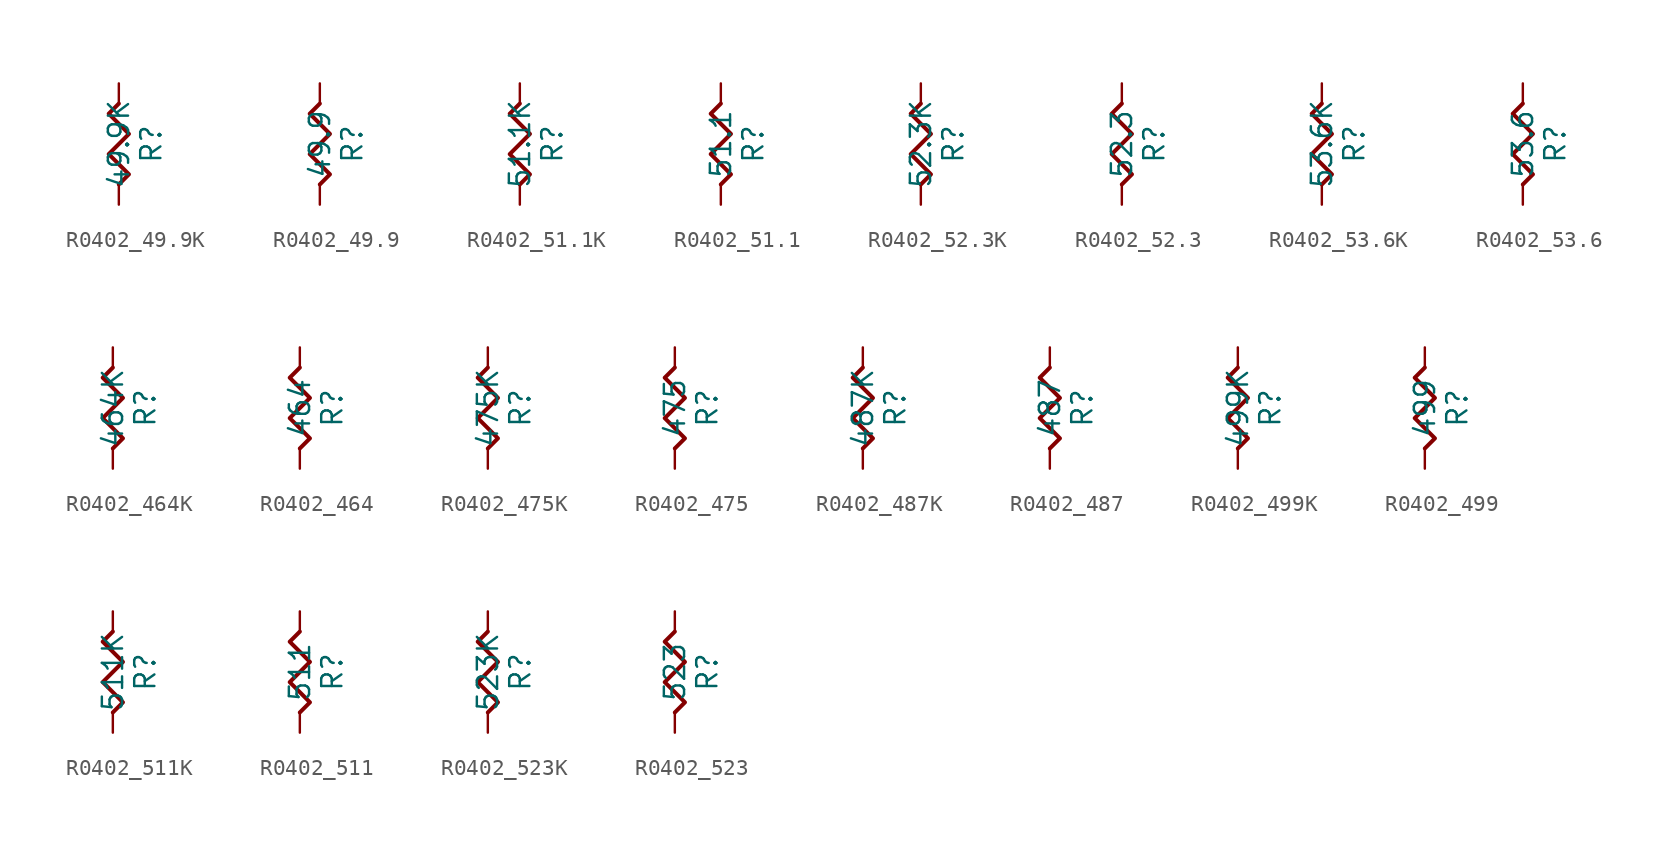
<source format=kicad_sym>
(kicad_symbol_lib
  (version 20211014)
  (generator atlantix-eda)
  (symbol "R0402_49.9K"
    (pin_numbers hide)
    (pin_names
      (offset 0))
    (property "Reference" "R"
      (at 2.032 0 90)
      (effects (font (size 1.27 1.27))))
    (property "Value" "49.9K"
      (at 0 0 90)
      (effects (font (size 1.27 1.27))))
    (symbol "R0402_49.9K_0_1"
      (polyline (pts (xy 0 -2.54) (xy 0.635 -1.905) (xy -0.635 -0.635) (xy 0.635 0.635) (xy -0.635 1.905) (xy 0 2.54)) (stroke (width 0.254) (type default) (color 0 0 0 0)) (fill (type none))))
    (symbol "R0402_49.9K_1_1"
      (pin passive line (at 0 3.81 270) (length 1.27) (name "~" (effects (font (size 1.27 1.27)))) (number "1" (effects (font (size 1.27 1.27)))))
      (pin passive line (at 0 -3.81 90) (length 1.27) (name "~" (effects (font (size 1.27 1.27)))) (number "2" (effects (font (size 1.27 1.27)))))))
  (symbol "R0402_49.9"
    (pin_numbers hide)
    (pin_names
      (offset 0))
    (property "Reference" "R"
      (at 2.032 0 90)
      (effects (font (size 1.27 1.27))))
    (property "Value" "49.9"
      (at 0 0 90)
      (effects (font (size 1.27 1.27))))
    (symbol "R0402_49.9_0_1"
      (polyline (pts (xy 0 -2.54) (xy 0.635 -1.905) (xy -0.635 -0.635) (xy 0.635 0.635) (xy -0.635 1.905) (xy 0 2.54)) (stroke (width 0.254) (type default) (color 0 0 0 0)) (fill (type none))))
    (symbol "R0402_49.9_1_1"
      (pin passive line (at 0 3.81 270) (length 1.27) (name "~" (effects (font (size 1.27 1.27)))) (number "1" (effects (font (size 1.27 1.27)))))
      (pin passive line (at 0 -3.81 90) (length 1.27) (name "~" (effects (font (size 1.27 1.27)))) (number "2" (effects (font (size 1.27 1.27)))))))
  (symbol "R0402_51.1K"
    (pin_numbers hide)
    (pin_names
      (offset 0))
    (property "Reference" "R"
      (at 2.032 0 90)
      (effects (font (size 1.27 1.27))))
    (property "Value" "51.1K"
      (at 0 0 90)
      (effects (font (size 1.27 1.27))))
    (symbol "R0402_51.1K_0_1"
      (polyline (pts (xy 0 -2.54) (xy 0.635 -1.905) (xy -0.635 -0.635) (xy 0.635 0.635) (xy -0.635 1.905) (xy 0 2.54)) (stroke (width 0.254) (type default) (color 0 0 0 0)) (fill (type none))))
    (symbol "R0402_51.1K_1_1"
      (pin passive line (at 0 3.81 270) (length 1.27) (name "~" (effects (font (size 1.27 1.27)))) (number "1" (effects (font (size 1.27 1.27)))))
      (pin passive line (at 0 -3.81 90) (length 1.27) (name "~" (effects (font (size 1.27 1.27)))) (number "2" (effects (font (size 1.27 1.27)))))))
  (symbol "R0402_51.1"
    (pin_numbers hide)
    (pin_names
      (offset 0))
    (property "Reference" "R"
      (at 2.032 0 90)
      (effects (font (size 1.27 1.27))))
    (property "Value" "51.1"
      (at 0 0 90)
      (effects (font (size 1.27 1.27))))
    (symbol "R0402_51.1_0_1"
      (polyline (pts (xy 0 -2.54) (xy 0.635 -1.905) (xy -0.635 -0.635) (xy 0.635 0.635) (xy -0.635 1.905) (xy 0 2.54)) (stroke (width 0.254) (type default) (color 0 0 0 0)) (fill (type none))))
    (symbol "R0402_51.1_1_1"
      (pin passive line (at 0 3.81 270) (length 1.27) (name "~" (effects (font (size 1.27 1.27)))) (number "1" (effects (font (size 1.27 1.27)))))
      (pin passive line (at 0 -3.81 90) (length 1.27) (name "~" (effects (font (size 1.27 1.27)))) (number "2" (effects (font (size 1.27 1.27)))))))
  (symbol "R0402_52.3K"
    (pin_numbers hide)
    (pin_names
      (offset 0))
    (property "Reference" "R"
      (at 2.032 0 90)
      (effects (font (size 1.27 1.27))))
    (property "Value" "52.3K"
      (at 0 0 90)
      (effects (font (size 1.27 1.27))))
    (symbol "R0402_52.3K_0_1"
      (polyline (pts (xy 0 -2.54) (xy 0.635 -1.905) (xy -0.635 -0.635) (xy 0.635 0.635) (xy -0.635 1.905) (xy 0 2.54)) (stroke (width 0.254) (type default) (color 0 0 0 0)) (fill (type none))))
    (symbol "R0402_52.3K_1_1"
      (pin passive line (at 0 3.81 270) (length 1.27) (name "~" (effects (font (size 1.27 1.27)))) (number "1" (effects (font (size 1.27 1.27)))))
      (pin passive line (at 0 -3.81 90) (length 1.27) (name "~" (effects (font (size 1.27 1.27)))) (number "2" (effects (font (size 1.27 1.27)))))))
  (symbol "R0402_52.3"
    (pin_numbers hide)
    (pin_names
      (offset 0))
    (property "Reference" "R"
      (at 2.032 0 90)
      (effects (font (size 1.27 1.27))))
    (property "Value" "52.3"
      (at 0 0 90)
      (effects (font (size 1.27 1.27))))
    (symbol "R0402_52.3_0_1"
      (polyline (pts (xy 0 -2.54) (xy 0.635 -1.905) (xy -0.635 -0.635) (xy 0.635 0.635) (xy -0.635 1.905) (xy 0 2.54)) (stroke (width 0.254) (type default) (color 0 0 0 0)) (fill (type none))))
    (symbol "R0402_52.3_1_1"
      (pin passive line (at 0 3.81 270) (length 1.27) (name "~" (effects (font (size 1.27 1.27)))) (number "1" (effects (font (size 1.27 1.27)))))
      (pin passive line (at 0 -3.81 90) (length 1.27) (name "~" (effects (font (size 1.27 1.27)))) (number "2" (effects (font (size 1.27 1.27)))))))
  (symbol "R0402_53.6K"
    (pin_numbers hide)
    (pin_names
      (offset 0))
    (property "Reference" "R"
      (at 2.032 0 90)
      (effects (font (size 1.27 1.27))))
    (property "Value" "53.6K"
      (at 0 0 90)
      (effects (font (size 1.27 1.27))))
    (symbol "R0402_53.6K_0_1"
      (polyline (pts (xy 0 -2.54) (xy 0.635 -1.905) (xy -0.635 -0.635) (xy 0.635 0.635) (xy -0.635 1.905) (xy 0 2.54)) (stroke (width 0.254) (type default) (color 0 0 0 0)) (fill (type none))))
    (symbol "R0402_53.6K_1_1"
      (pin passive line (at 0 3.81 270) (length 1.27) (name "~" (effects (font (size 1.27 1.27)))) (number "1" (effects (font (size 1.27 1.27)))))
      (pin passive line (at 0 -3.81 90) (length 1.27) (name "~" (effects (font (size 1.27 1.27)))) (number "2" (effects (font (size 1.27 1.27)))))))
  (symbol "R0402_53.6"
    (pin_numbers hide)
    (pin_names
      (offset 0))
    (property "Reference" "R"
      (at 2.032 0 90)
      (effects (font (size 1.27 1.27))))
    (property "Value" "53.6"
      (at 0 0 90)
      (effects (font (size 1.27 1.27))))
    (symbol "R0402_53.6_0_1"
      (polyline (pts (xy 0 -2.54) (xy 0.635 -1.905) (xy -0.635 -0.635) (xy 0.635 0.635) (xy -0.635 1.905) (xy 0 2.54)) (stroke (width 0.254) (type default) (color 0 0 0 0)) (fill (type none))))
    (symbol "R0402_53.6_1_1"
      (pin passive line (at 0 3.81 270) (length 1.27) (name "~" (effects (font (size 1.27 1.27)))) (number "1" (effects (font (size 1.27 1.27)))))
      (pin passive line (at 0 -3.81 90) (length 1.27) (name "~" (effects (font (size 1.27 1.27)))) (number "2" (effects (font (size 1.27 1.27)))))))
  (symbol "R0402_464K"
    (pin_numbers hide)
    (pin_names
      (offset 0))
    (property "Reference" "R"
      (at 2.032 0 90)
      (effects (font (size 1.27 1.27))))
    (property "Value" "464K"
      (at 0 0 90)
      (effects (font (size 1.27 1.27))))
    (symbol "R0402_464K_0_1"
      (polyline (pts (xy 0 -2.54) (xy 0.635 -1.905) (xy -0.635 -0.635) (xy 0.635 0.635) (xy -0.635 1.905) (xy 0 2.54)) (stroke (width 0.254) (type default) (color 0 0 0 0)) (fill (type none))))
    (symbol "R0402_464K_1_1"
      (pin passive line (at 0 3.81 270) (length 1.27) (name "~" (effects (font (size 1.27 1.27)))) (number "1" (effects (font (size 1.27 1.27)))))
      (pin passive line (at 0 -3.81 90) (length 1.27) (name "~" (effects (font (size 1.27 1.27)))) (number "2" (effects (font (size 1.27 1.27)))))))
  (symbol "R0402_464"
    (pin_numbers hide)
    (pin_names
      (offset 0))
    (property "Reference" "R"
      (at 2.032 0 90)
      (effects (font (size 1.27 1.27))))
    (property "Value" "464"
      (at 0 0 90)
      (effects (font (size 1.27 1.27))))
    (symbol "R0402_464_0_1"
      (polyline (pts (xy 0 -2.54) (xy 0.635 -1.905) (xy -0.635 -0.635) (xy 0.635 0.635) (xy -0.635 1.905) (xy 0 2.54)) (stroke (width 0.254) (type default) (color 0 0 0 0)) (fill (type none))))
    (symbol "R0402_464_1_1"
      (pin passive line (at 0 3.81 270) (length 1.27) (name "~" (effects (font (size 1.27 1.27)))) (number "1" (effects (font (size 1.27 1.27)))))
      (pin passive line (at 0 -3.81 90) (length 1.27) (name "~" (effects (font (size 1.27 1.27)))) (number "2" (effects (font (size 1.27 1.27)))))))
  (symbol "R0402_475K"
    (pin_numbers hide)
    (pin_names
      (offset 0))
    (property "Reference" "R"
      (at 2.032 0 90)
      (effects (font (size 1.27 1.27))))
    (property "Value" "475K"
      (at 0 0 90)
      (effects (font (size 1.27 1.27))))
    (symbol "R0402_475K_0_1"
      (polyline (pts (xy 0 -2.54) (xy 0.635 -1.905) (xy -0.635 -0.635) (xy 0.635 0.635) (xy -0.635 1.905) (xy 0 2.54)) (stroke (width 0.254) (type default) (color 0 0 0 0)) (fill (type none))))
    (symbol "R0402_475K_1_1"
      (pin passive line (at 0 3.81 270) (length 1.27) (name "~" (effects (font (size 1.27 1.27)))) (number "1" (effects (font (size 1.27 1.27)))))
      (pin passive line (at 0 -3.81 90) (length 1.27) (name "~" (effects (font (size 1.27 1.27)))) (number "2" (effects (font (size 1.27 1.27)))))))
  (symbol "R0402_475"
    (pin_numbers hide)
    (pin_names
      (offset 0))
    (property "Reference" "R"
      (at 2.032 0 90)
      (effects (font (size 1.27 1.27))))
    (property "Value" "475"
      (at 0 0 90)
      (effects (font (size 1.27 1.27))))
    (symbol "R0402_475_0_1"
      (polyline (pts (xy 0 -2.54) (xy 0.635 -1.905) (xy -0.635 -0.635) (xy 0.635 0.635) (xy -0.635 1.905) (xy 0 2.54)) (stroke (width 0.254) (type default) (color 0 0 0 0)) (fill (type none))))
    (symbol "R0402_475_1_1"
      (pin passive line (at 0 3.81 270) (length 1.27) (name "~" (effects (font (size 1.27 1.27)))) (number "1" (effects (font (size 1.27 1.27)))))
      (pin passive line (at 0 -3.81 90) (length 1.27) (name "~" (effects (font (size 1.27 1.27)))) (number "2" (effects (font (size 1.27 1.27)))))))
  (symbol "R0402_487K"
    (pin_numbers hide)
    (pin_names
      (offset 0))
    (property "Reference" "R"
      (at 2.032 0 90)
      (effects (font (size 1.27 1.27))))
    (property "Value" "487K"
      (at 0 0 90)
      (effects (font (size 1.27 1.27))))
    (symbol "R0402_487K_0_1"
      (polyline (pts (xy 0 -2.54) (xy 0.635 -1.905) (xy -0.635 -0.635) (xy 0.635 0.635) (xy -0.635 1.905) (xy 0 2.54)) (stroke (width 0.254) (type default) (color 0 0 0 0)) (fill (type none))))
    (symbol "R0402_487K_1_1"
      (pin passive line (at 0 3.81 270) (length 1.27) (name "~" (effects (font (size 1.27 1.27)))) (number "1" (effects (font (size 1.27 1.27)))))
      (pin passive line (at 0 -3.81 90) (length 1.27) (name "~" (effects (font (size 1.27 1.27)))) (number "2" (effects (font (size 1.27 1.27)))))))
  (symbol "R0402_487"
    (pin_numbers hide)
    (pin_names
      (offset 0))
    (property "Reference" "R"
      (at 2.032 0 90)
      (effects (font (size 1.27 1.27))))
    (property "Value" "487"
      (at 0 0 90)
      (effects (font (size 1.27 1.27))))
    (symbol "R0402_487_0_1"
      (polyline (pts (xy 0 -2.54) (xy 0.635 -1.905) (xy -0.635 -0.635) (xy 0.635 0.635) (xy -0.635 1.905) (xy 0 2.54)) (stroke (width 0.254) (type default) (color 0 0 0 0)) (fill (type none))))
    (symbol "R0402_487_1_1"
      (pin passive line (at 0 3.81 270) (length 1.27) (name "~" (effects (font (size 1.27 1.27)))) (number "1" (effects (font (size 1.27 1.27)))))
      (pin passive line (at 0 -3.81 90) (length 1.27) (name "~" (effects (font (size 1.27 1.27)))) (number "2" (effects (font (size 1.27 1.27)))))))
  (symbol "R0402_499K"
    (pin_numbers hide)
    (pin_names
      (offset 0))
    (property "Reference" "R"
      (at 2.032 0 90)
      (effects (font (size 1.27 1.27))))
    (property "Value" "499K"
      (at 0 0 90)
      (effects (font (size 1.27 1.27))))
    (symbol "R0402_499K_0_1"
      (polyline (pts (xy 0 -2.54) (xy 0.635 -1.905) (xy -0.635 -0.635) (xy 0.635 0.635) (xy -0.635 1.905) (xy 0 2.54)) (stroke (width 0.254) (type default) (color 0 0 0 0)) (fill (type none))))
    (symbol "R0402_499K_1_1"
      (pin passive line (at 0 3.81 270) (length 1.27) (name "~" (effects (font (size 1.27 1.27)))) (number "1" (effects (font (size 1.27 1.27)))))
      (pin passive line (at 0 -3.81 90) (length 1.27) (name "~" (effects (font (size 1.27 1.27)))) (number "2" (effects (font (size 1.27 1.27)))))))
  (symbol "R0402_499"
    (pin_numbers hide)
    (pin_names
      (offset 0))
    (property "Reference" "R"
      (at 2.032 0 90)
      (effects (font (size 1.27 1.27))))
    (property "Value" "499"
      (at 0 0 90)
      (effects (font (size 1.27 1.27))))
    (symbol "R0402_499_0_1"
      (polyline (pts (xy 0 -2.54) (xy 0.635 -1.905) (xy -0.635 -0.635) (xy 0.635 0.635) (xy -0.635 1.905) (xy 0 2.54)) (stroke (width 0.254) (type default) (color 0 0 0 0)) (fill (type none))))
    (symbol "R0402_499_1_1"
      (pin passive line (at 0 3.81 270) (length 1.27) (name "~" (effects (font (size 1.27 1.27)))) (number "1" (effects (font (size 1.27 1.27)))))
      (pin passive line (at 0 -3.81 90) (length 1.27) (name "~" (effects (font (size 1.27 1.27)))) (number "2" (effects (font (size 1.27 1.27)))))))
  (symbol "R0402_511K"
    (pin_numbers hide)
    (pin_names
      (offset 0))
    (property "Reference" "R"
      (at 2.032 0 90)
      (effects (font (size 1.27 1.27))))
    (property "Value" "511K"
      (at 0 0 90)
      (effects (font (size 1.27 1.27))))
    (symbol "R0402_511K_0_1"
      (polyline (pts (xy 0 -2.54) (xy 0.635 -1.905) (xy -0.635 -0.635) (xy 0.635 0.635) (xy -0.635 1.905) (xy 0 2.54)) (stroke (width 0.254) (type default) (color 0 0 0 0)) (fill (type none))))
    (symbol "R0402_511K_1_1"
      (pin passive line (at 0 3.81 270) (length 1.27) (name "~" (effects (font (size 1.27 1.27)))) (number "1" (effects (font (size 1.27 1.27)))))
      (pin passive line (at 0 -3.81 90) (length 1.27) (name "~" (effects (font (size 1.27 1.27)))) (number "2" (effects (font (size 1.27 1.27)))))))
  (symbol "R0402_511"
    (pin_numbers hide)
    (pin_names
      (offset 0))
    (property "Reference" "R"
      (at 2.032 0 90)
      (effects (font (size 1.27 1.27))))
    (property "Value" "511"
      (at 0 0 90)
      (effects (font (size 1.27 1.27))))
    (symbol "R0402_511_0_1"
      (polyline (pts (xy 0 -2.54) (xy 0.635 -1.905) (xy -0.635 -0.635) (xy 0.635 0.635) (xy -0.635 1.905) (xy 0 2.54)) (stroke (width 0.254) (type default) (color 0 0 0 0)) (fill (type none))))
    (symbol "R0402_511_1_1"
      (pin passive line (at 0 3.81 270) (length 1.27) (name "~" (effects (font (size 1.27 1.27)))) (number "1" (effects (font (size 1.27 1.27)))))
      (pin passive line (at 0 -3.81 90) (length 1.27) (name "~" (effects (font (size 1.27 1.27)))) (number "2" (effects (font (size 1.27 1.27)))))))
  (symbol "R0402_523K"
    (pin_numbers hide)
    (pin_names
      (offset 0))
    (property "Reference" "R"
      (at 2.032 0 90)
      (effects (font (size 1.27 1.27))))
    (property "Value" "523K"
      (at 0 0 90)
      (effects (font (size 1.27 1.27))))
    (symbol "R0402_523K_0_1"
      (polyline (pts (xy 0 -2.54) (xy 0.635 -1.905) (xy -0.635 -0.635) (xy 0.635 0.635) (xy -0.635 1.905) (xy 0 2.54)) (stroke (width 0.254) (type default) (color 0 0 0 0)) (fill (type none))))
    (symbol "R0402_523K_1_1"
      (pin passive line (at 0 3.81 270) (length 1.27) (name "~" (effects (font (size 1.27 1.27)))) (number "1" (effects (font (size 1.27 1.27)))))
      (pin passive line (at 0 -3.81 90) (length 1.27) (name "~" (effects (font (size 1.27 1.27)))) (number "2" (effects (font (size 1.27 1.27)))))))
  (symbol "R0402_523"
    (pin_numbers hide)
    (pin_names
      (offset 0))
    (property "Reference" "R"
      (at 2.032 0 90)
      (effects (font (size 1.27 1.27))))
    (property "Value" "523"
      (at 0 0 90)
      (effects (font (size 1.27 1.27))))
    (symbol "R0402_523_0_1"
      (polyline (pts (xy 0 -2.54) (xy 0.635 -1.905) (xy -0.635 -0.635) (xy 0.635 0.635) (xy -0.635 1.905) (xy 0 2.54)) (stroke (width 0.254) (type default) (color 0 0 0 0)) (fill (type none))))
    (symbol "R0402_523_1_1"
      (pin passive line (at 0 3.81 270) (length 1.27) (name "~" (effects (font (size 1.27 1.27)))) (number "1" (effects (font (size 1.27 1.27)))))
      (pin passive line (at 0 -3.81 90) (length 1.27) (name "~" (effects (font (size 1.27 1.27)))) (number "2" (effects (font (size 1.27 1.27))))))))
</source>
